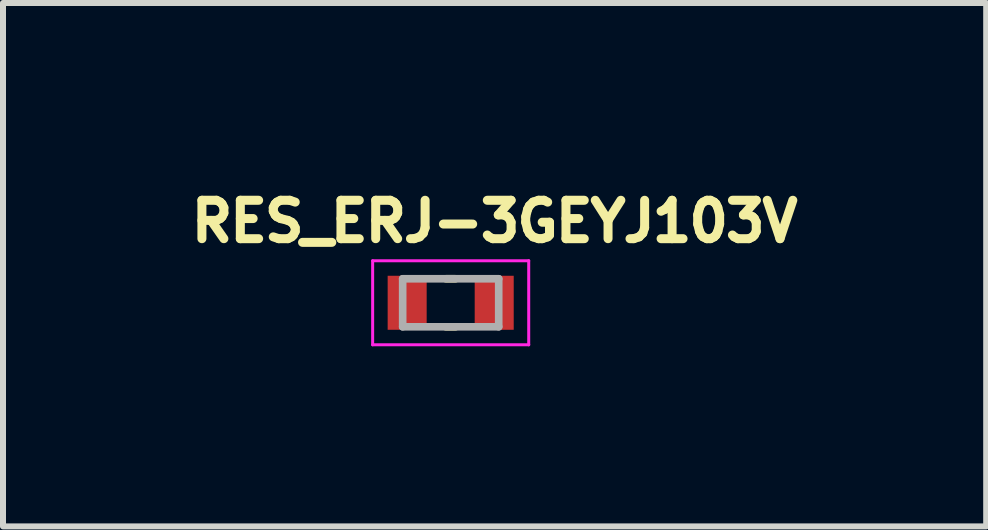
<source format=kicad_pcb>
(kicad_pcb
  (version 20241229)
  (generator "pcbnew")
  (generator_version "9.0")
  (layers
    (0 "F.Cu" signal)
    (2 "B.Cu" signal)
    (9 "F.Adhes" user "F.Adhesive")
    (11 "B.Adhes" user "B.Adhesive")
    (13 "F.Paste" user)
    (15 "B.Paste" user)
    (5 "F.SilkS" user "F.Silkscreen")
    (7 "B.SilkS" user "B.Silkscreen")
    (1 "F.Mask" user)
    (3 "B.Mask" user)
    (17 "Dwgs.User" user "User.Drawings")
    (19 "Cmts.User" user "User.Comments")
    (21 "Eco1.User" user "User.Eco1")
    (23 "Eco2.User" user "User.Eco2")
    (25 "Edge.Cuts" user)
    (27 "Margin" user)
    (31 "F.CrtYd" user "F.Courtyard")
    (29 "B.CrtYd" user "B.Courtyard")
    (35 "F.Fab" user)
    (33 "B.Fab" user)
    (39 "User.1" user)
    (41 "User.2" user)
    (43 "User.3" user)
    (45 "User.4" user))
  (footprint "RES_ERJ-3GEYJ103V"
    (layer "F.Cu")
    (at 4.458 1.994)
    (property "Reference" "RES_ERJ-3GEYJ103V" (at 0.732 -1.356 0) (layer "F.SilkS") (effects (font (size 0.64 0.64) (thickness 0.15))))
    (attr smd)
    (fp_line (start -0.08 -0.4) (end 0.08 -0.4) (stroke (width 0.127) (type solid)) (layer "F.SilkS"))
    (fp_line (start -0.08 0.4) (end 0.08 0.4) (stroke (width 0.127) (type solid)) (layer "F.SilkS"))
    (fp_line (start -1.3 -0.7) (end -1.3 0.7) (stroke (width 0.05) (type solid)) (layer "F.CrtYd"))
    (fp_line (start -1.3 0.7) (end 1.3 0.7) (stroke (width 0.05) (type solid)) (layer "F.CrtYd"))
    (fp_line (start 1.3 -0.7) (end -1.3 -0.7) (stroke (width 0.05) (type solid)) (layer "F.CrtYd"))
    (fp_line (start 1.3 0.7) (end 1.3 -0.7) (stroke (width 0.05) (type solid)) (layer "F.CrtYd"))
    (fp_line (start -0.8 -0.4) (end -0.8 0.4) (stroke (width 0.127) (type solid)) (layer "F.Fab"))
    (fp_line (start -0.8 -0.4) (end 0.8 -0.4) (stroke (width 0.127) (type solid)) (layer "F.Fab"))
    (fp_line (start -0.8 0.4) (end 0.8 0.4) (stroke (width 0.127) (type solid)) (layer "F.Fab"))
    (fp_line (start 0.8 -0.4) (end 0.8 0.4) (stroke (width 0.127) (type solid)) (layer "F.Fab"))
    (pad "1" smd rect (at -0.725 0) (size 0.65 0.9) (layers "F.Cu" "F.Mask" "F.Paste"))
    (pad "2" smd rect (at 0.725 0) (size 0.65 0.9) (layers "F.Cu" "F.Mask" "F.Paste")))
  (gr_rect
    (start -3 -3)
    (end 13.379 5.719)
    (stroke (width 0.1) (type default))
    (fill no)
    (layer "Edge.Cuts")))
</source>
